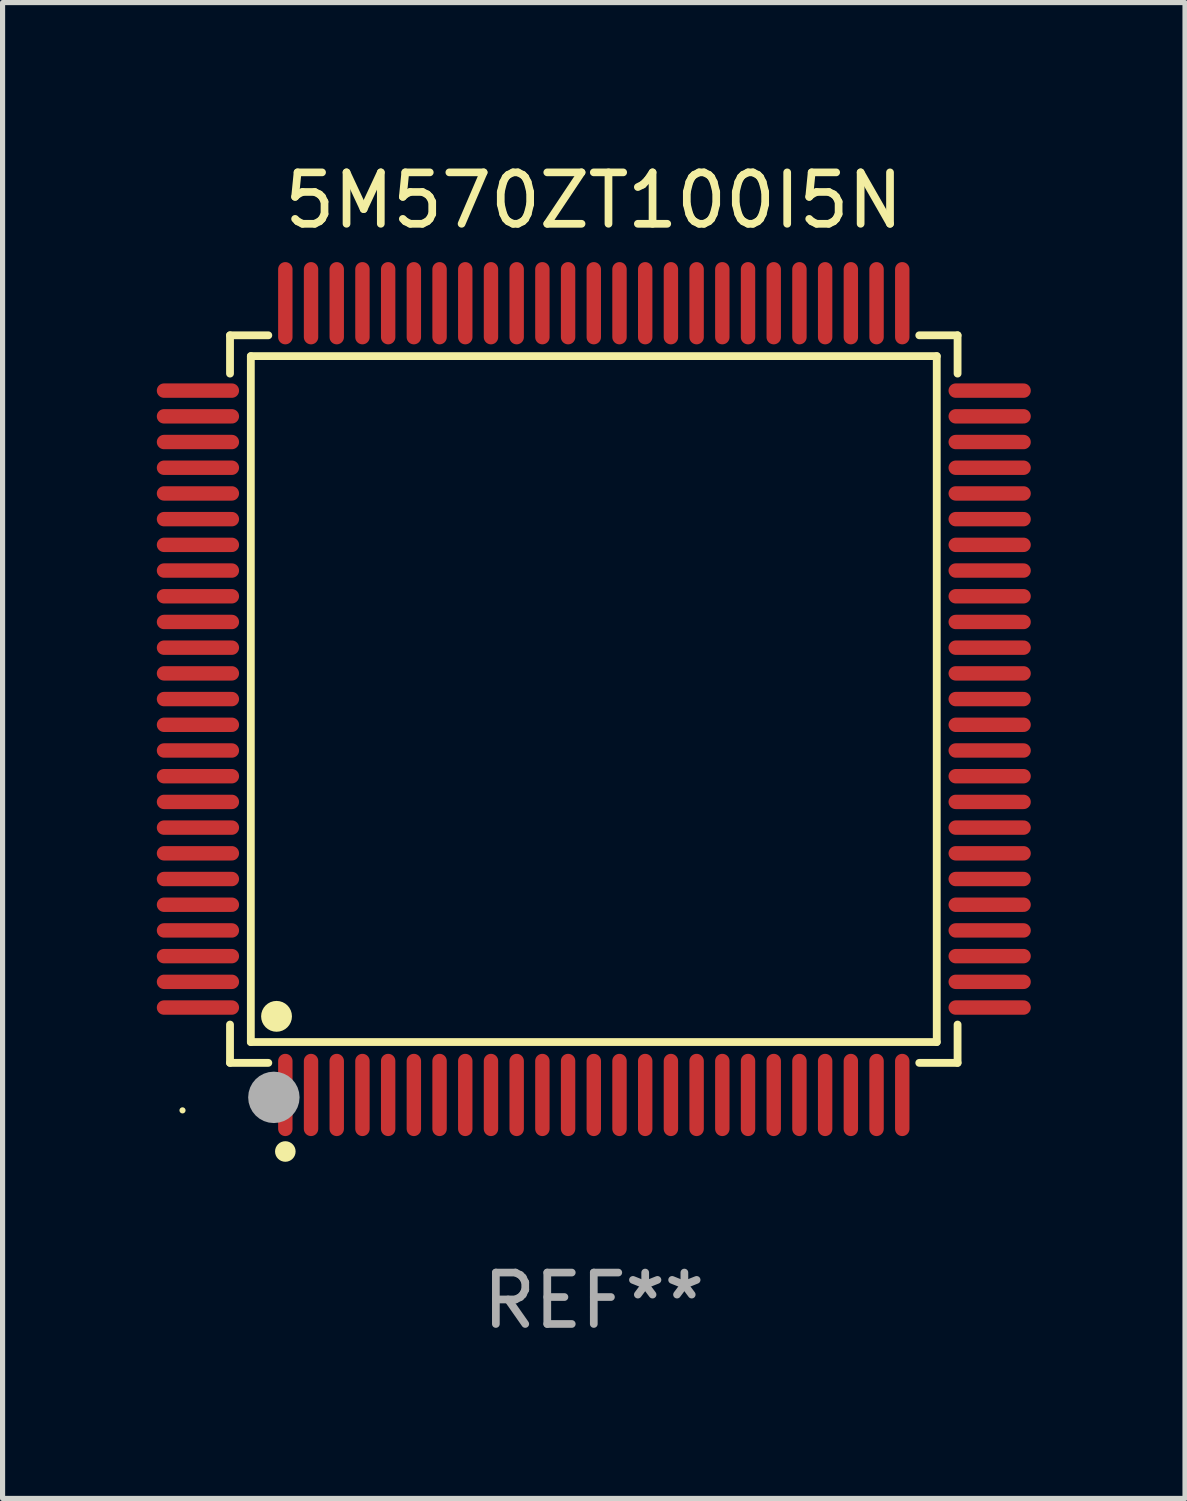
<source format=kicad_pcb>
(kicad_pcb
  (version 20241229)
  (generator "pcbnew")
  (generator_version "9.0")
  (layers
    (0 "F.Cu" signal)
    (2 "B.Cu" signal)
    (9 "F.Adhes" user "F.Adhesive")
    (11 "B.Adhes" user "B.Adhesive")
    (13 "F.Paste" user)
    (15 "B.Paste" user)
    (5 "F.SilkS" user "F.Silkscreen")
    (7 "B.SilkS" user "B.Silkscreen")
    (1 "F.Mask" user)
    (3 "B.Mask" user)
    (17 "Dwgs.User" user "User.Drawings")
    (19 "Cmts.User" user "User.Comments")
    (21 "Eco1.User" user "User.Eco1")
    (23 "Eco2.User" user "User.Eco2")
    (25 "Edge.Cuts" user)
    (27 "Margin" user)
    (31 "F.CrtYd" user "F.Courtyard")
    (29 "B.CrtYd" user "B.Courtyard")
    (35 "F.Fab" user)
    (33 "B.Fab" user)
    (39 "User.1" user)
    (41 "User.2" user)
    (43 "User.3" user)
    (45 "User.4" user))
  (footprint "5M570ZT100I5N"
    (layer "F.Cu")
    (at 8.5 10.548)
    (property "Reference" "5M570ZT100I5N" (at 0 -9.7 0) (layer "F.SilkS") (effects (font (size 1 1) (thickness 0.15))))
    (attr through_hole)
    (fp_line (start -7.076 -7.076) (end -6.331 -7.076) (stroke (width 0.152) (type solid)) (layer "F.SilkS"))
    (fp_line (start -7.076 -6.331) (end -7.076 -7.076) (stroke (width 0.152) (type solid)) (layer "F.SilkS"))
    (fp_line (start -7.076 6.331) (end -7.076 7.076) (stroke (width 0.152) (type solid)) (layer "F.SilkS"))
    (fp_line (start -7.076 7.076) (end -6.331 7.076) (stroke (width 0.152) (type solid)) (layer "F.SilkS"))
    (fp_line (start -6.671 -6.671) (end 6.671 -6.671) (stroke (width 0.152) (type solid)) (layer "F.SilkS"))
    (fp_line (start -6.671 6.671) (end -6.671 -6.671) (stroke (width 0.152) (type solid)) (layer "F.SilkS"))
    (fp_line (start 6.671 -6.671) (end 6.671 6.671) (stroke (width 0.152) (type solid)) (layer "F.SilkS"))
    (fp_line (start 6.671 6.671) (end -6.671 6.671) (stroke (width 0.152) (type solid)) (layer "F.SilkS"))
    (fp_line (start 7.076 -7.076) (end 6.331 -7.076) (stroke (width 0.152) (type solid)) (layer "F.SilkS"))
    (fp_line (start 7.076 -6.331) (end 7.076 -7.076) (stroke (width 0.152) (type solid)) (layer "F.SilkS"))
    (fp_line (start 7.076 6.331) (end 7.076 7.076) (stroke (width 0.152) (type solid)) (layer "F.SilkS"))
    (fp_line (start 7.076 7.076) (end 6.331 7.076) (stroke (width 0.152) (type solid)) (layer "F.SilkS"))
    (fp_circle (center -8 8) (end -7.97 8) (stroke (width 0.06) (type solid)) (fill no) (layer "F.SilkS"))
    (fp_circle (center -6.171 6.171) (end -6.021 6.171) (stroke (width 0.3) (type solid)) (fill no) (layer "F.SilkS"))
    (fp_circle (center -6 8.8) (end -5.9 8.8) (stroke (width 0.2) (type solid)) (fill no) (layer "F.SilkS"))
    (fp_circle (center -6.223 7.747) (end -5.973 7.747) (stroke (width 0.5) (type solid)) (fill no) (layer "F.Fab"))
    (fp_text user "REF**" (at 0 11.7 0) (layer "F.Fab") (effects (font (size 1 1) (thickness 0.15))))
    (pad "1" smd oval (at -6 7.7) (size 0.28 1.6) (layers "F.Cu" "F.Mask" "F.Paste"))
    (pad "2" smd oval (at -5.5 7.7) (size 0.28 1.6) (layers "F.Cu" "F.Mask" "F.Paste"))
    (pad "3" smd oval (at -5 7.7) (size 0.28 1.6) (layers "F.Cu" "F.Mask" "F.Paste"))
    (pad "4" smd oval (at -4.5 7.7) (size 0.28 1.6) (layers "F.Cu" "F.Mask" "F.Paste"))
    (pad "5" smd oval (at -4 7.7) (size 0.28 1.6) (layers "F.Cu" "F.Mask" "F.Paste"))
    (pad "6" smd oval (at -3.5 7.7) (size 0.28 1.6) (layers "F.Cu" "F.Mask" "F.Paste"))
    (pad "7" smd oval (at -3 7.7) (size 0.28 1.6) (layers "F.Cu" "F.Mask" "F.Paste"))
    (pad "8" smd oval (at -2.5 7.7) (size 0.28 1.6) (layers "F.Cu" "F.Mask" "F.Paste"))
    (pad "9" smd oval (at -2 7.7) (size 0.28 1.6) (layers "F.Cu" "F.Mask" "F.Paste"))
    (pad "10" smd oval (at -1.5 7.7) (size 0.28 1.6) (layers "F.Cu" "F.Mask" "F.Paste"))
    (pad "11" smd oval (at -1 7.7) (size 0.28 1.6) (layers "F.Cu" "F.Mask" "F.Paste"))
    (pad "12" smd oval (at -0.5 7.7) (size 0.28 1.6) (layers "F.Cu" "F.Mask" "F.Paste"))
    (pad "13" smd oval (at 0 7.7) (size 0.28 1.6) (layers "F.Cu" "F.Mask" "F.Paste"))
    (pad "14" smd oval (at 0.5 7.7) (size 0.28 1.6) (layers "F.Cu" "F.Mask" "F.Paste"))
    (pad "15" smd oval (at 1 7.7) (size 0.28 1.6) (layers "F.Cu" "F.Mask" "F.Paste"))
    (pad "16" smd oval (at 1.5 7.7) (size 0.28 1.6) (layers "F.Cu" "F.Mask" "F.Paste"))
    (pad "17" smd oval (at 2 7.7) (size 0.28 1.6) (layers "F.Cu" "F.Mask" "F.Paste"))
    (pad "18" smd oval (at 2.5 7.7) (size 0.28 1.6) (layers "F.Cu" "F.Mask" "F.Paste"))
    (pad "19" smd oval (at 3 7.7) (size 0.28 1.6) (layers "F.Cu" "F.Mask" "F.Paste"))
    (pad "20" smd oval (at 3.5 7.7) (size 0.28 1.6) (layers "F.Cu" "F.Mask" "F.Paste"))
    (pad "21" smd oval (at 4 7.7) (size 0.28 1.6) (layers "F.Cu" "F.Mask" "F.Paste"))
    (pad "22" smd oval (at 4.5 7.7) (size 0.28 1.6) (layers "F.Cu" "F.Mask" "F.Paste"))
    (pad "23" smd oval (at 5 7.7) (size 0.28 1.6) (layers "F.Cu" "F.Mask" "F.Paste"))
    (pad "24" smd oval (at 5.5 7.7) (size 0.28 1.6) (layers "F.Cu" "F.Mask" "F.Paste"))
    (pad "25" smd oval (at 6 7.7) (size 0.28 1.6) (layers "F.Cu" "F.Mask" "F.Paste"))
    (pad "26" smd oval (at 7.7 6) (size 1.6 0.28) (layers "F.Cu" "F.Mask" "F.Paste"))
    (pad "27" smd oval (at 7.7 5.5) (size 1.6 0.28) (layers "F.Cu" "F.Mask" "F.Paste"))
    (pad "28" smd oval (at 7.7 5) (size 1.6 0.28) (layers "F.Cu" "F.Mask" "F.Paste"))
    (pad "29" smd oval (at 7.7 4.5) (size 1.6 0.28) (layers "F.Cu" "F.Mask" "F.Paste"))
    (pad "30" smd oval (at 7.7 4) (size 1.6 0.28) (layers "F.Cu" "F.Mask" "F.Paste"))
    (pad "31" smd oval (at 7.7 3.5) (size 1.6 0.28) (layers "F.Cu" "F.Mask" "F.Paste"))
    (pad "32" smd oval (at 7.7 3) (size 1.6 0.28) (layers "F.Cu" "F.Mask" "F.Paste"))
    (pad "33" smd oval (at 7.7 2.5) (size 1.6 0.28) (layers "F.Cu" "F.Mask" "F.Paste"))
    (pad "34" smd oval (at 7.7 2) (size 1.6 0.28) (layers "F.Cu" "F.Mask" "F.Paste"))
    (pad "35" smd oval (at 7.7 1.5) (size 1.6 0.28) (layers "F.Cu" "F.Mask" "F.Paste"))
    (pad "36" smd oval (at 7.7 1) (size 1.6 0.28) (layers "F.Cu" "F.Mask" "F.Paste"))
    (pad "37" smd oval (at 7.7 0.5) (size 1.6 0.28) (layers "F.Cu" "F.Mask" "F.Paste"))
    (pad "38" smd oval (at 7.7 0) (size 1.6 0.28) (layers "F.Cu" "F.Mask" "F.Paste"))
    (pad "39" smd oval (at 7.7 -0.5) (size 1.6 0.28) (layers "F.Cu" "F.Mask" "F.Paste"))
    (pad "40" smd oval (at 7.7 -1) (size 1.6 0.28) (layers "F.Cu" "F.Mask" "F.Paste"))
    (pad "41" smd oval (at 7.7 -1.5) (size 1.6 0.28) (layers "F.Cu" "F.Mask" "F.Paste"))
    (pad "42" smd oval (at 7.7 -2) (size 1.6 0.28) (layers "F.Cu" "F.Mask" "F.Paste"))
    (pad "43" smd oval (at 7.7 -2.5) (size 1.6 0.28) (layers "F.Cu" "F.Mask" "F.Paste"))
    (pad "44" smd oval (at 7.7 -3) (size 1.6 0.28) (layers "F.Cu" "F.Mask" "F.Paste"))
    (pad "45" smd oval (at 7.7 -3.5) (size 1.6 0.28) (layers "F.Cu" "F.Mask" "F.Paste"))
    (pad "46" smd oval (at 7.7 -4) (size 1.6 0.28) (layers "F.Cu" "F.Mask" "F.Paste"))
    (pad "47" smd oval (at 7.7 -4.5) (size 1.6 0.28) (layers "F.Cu" "F.Mask" "F.Paste"))
    (pad "48" smd oval (at 7.7 -5) (size 1.6 0.28) (layers "F.Cu" "F.Mask" "F.Paste"))
    (pad "49" smd oval (at 7.7 -5.5) (size 1.6 0.28) (layers "F.Cu" "F.Mask" "F.Paste"))
    (pad "50" smd oval (at 7.7 -6) (size 1.6 0.28) (layers "F.Cu" "F.Mask" "F.Paste"))
    (pad "51" smd oval (at 6 -7.7) (size 0.28 1.6) (layers "F.Cu" "F.Mask" "F.Paste"))
    (pad "52" smd oval (at 5.5 -7.7) (size 0.28 1.6) (layers "F.Cu" "F.Mask" "F.Paste"))
    (pad "53" smd oval (at 5 -7.7) (size 0.28 1.6) (layers "F.Cu" "F.Mask" "F.Paste"))
    (pad "54" smd oval (at 4.5 -7.7) (size 0.28 1.6) (layers "F.Cu" "F.Mask" "F.Paste"))
    (pad "55" smd oval (at 4 -7.7) (size 0.28 1.6) (layers "F.Cu" "F.Mask" "F.Paste"))
    (pad "56" smd oval (at 3.5 -7.7) (size 0.28 1.6) (layers "F.Cu" "F.Mask" "F.Paste"))
    (pad "57" smd oval (at 3 -7.7) (size 0.28 1.6) (layers "F.Cu" "F.Mask" "F.Paste"))
    (pad "58" smd oval (at 2.5 -7.7) (size 0.28 1.6) (layers "F.Cu" "F.Mask" "F.Paste"))
    (pad "59" smd oval (at 2 -7.7) (size 0.28 1.6) (layers "F.Cu" "F.Mask" "F.Paste"))
    (pad "60" smd oval (at 1.5 -7.7) (size 0.28 1.6) (layers "F.Cu" "F.Mask" "F.Paste"))
    (pad "61" smd oval (at 1 -7.7) (size 0.28 1.6) (layers "F.Cu" "F.Mask" "F.Paste"))
    (pad "62" smd oval (at 0.5 -7.7) (size 0.28 1.6) (layers "F.Cu" "F.Mask" "F.Paste"))
    (pad "63" smd oval (at 0 -7.7) (size 0.28 1.6) (layers "F.Cu" "F.Mask" "F.Paste"))
    (pad "64" smd oval (at -0.5 -7.7) (size 0.28 1.6) (layers "F.Cu" "F.Mask" "F.Paste"))
    (pad "65" smd oval (at -1 -7.7) (size 0.28 1.6) (layers "F.Cu" "F.Mask" "F.Paste"))
    (pad "66" smd oval (at -1.5 -7.7) (size 0.28 1.6) (layers "F.Cu" "F.Mask" "F.Paste"))
    (pad "67" smd oval (at -2 -7.7) (size 0.28 1.6) (layers "F.Cu" "F.Mask" "F.Paste"))
    (pad "68" smd oval (at -2.5 -7.7) (size 0.28 1.6) (layers "F.Cu" "F.Mask" "F.Paste"))
    (pad "69" smd oval (at -3 -7.7) (size 0.28 1.6) (layers "F.Cu" "F.Mask" "F.Paste"))
    (pad "70" smd oval (at -3.5 -7.7) (size 0.28 1.6) (layers "F.Cu" "F.Mask" "F.Paste"))
    (pad "71" smd oval (at -4 -7.7) (size 0.28 1.6) (layers "F.Cu" "F.Mask" "F.Paste"))
    (pad "72" smd oval (at -4.5 -7.7) (size 0.28 1.6) (layers "F.Cu" "F.Mask" "F.Paste"))
    (pad "73" smd oval (at -5 -7.7) (size 0.28 1.6) (layers "F.Cu" "F.Mask" "F.Paste"))
    (pad "74" smd oval (at -5.5 -7.7) (size 0.28 1.6) (layers "F.Cu" "F.Mask" "F.Paste"))
    (pad "75" smd oval (at -6 -7.7) (size 0.28 1.6) (layers "F.Cu" "F.Mask" "F.Paste"))
    (pad "76" smd oval (at -7.7 -6) (size 1.6 0.28) (layers "F.Cu" "F.Mask" "F.Paste"))
    (pad "77" smd oval (at -7.7 -5.5) (size 1.6 0.28) (layers "F.Cu" "F.Mask" "F.Paste"))
    (pad "78" smd oval (at -7.7 -5) (size 1.6 0.28) (layers "F.Cu" "F.Mask" "F.Paste"))
    (pad "79" smd oval (at -7.7 -4.5) (size 1.6 0.28) (layers "F.Cu" "F.Mask" "F.Paste"))
    (pad "80" smd oval (at -7.7 -4) (size 1.6 0.28) (layers "F.Cu" "F.Mask" "F.Paste"))
    (pad "81" smd oval (at -7.7 -3.5) (size 1.6 0.28) (layers "F.Cu" "F.Mask" "F.Paste"))
    (pad "82" smd oval (at -7.7 -3) (size 1.6 0.28) (layers "F.Cu" "F.Mask" "F.Paste"))
    (pad "83" smd oval (at -7.7 -2.5) (size 1.6 0.28) (layers "F.Cu" "F.Mask" "F.Paste"))
    (pad "84" smd oval (at -7.7 -2) (size 1.6 0.28) (layers "F.Cu" "F.Mask" "F.Paste"))
    (pad "85" smd oval (at -7.7 -1.5) (size 1.6 0.28) (layers "F.Cu" "F.Mask" "F.Paste"))
    (pad "86" smd oval (at -7.7 -1) (size 1.6 0.28) (layers "F.Cu" "F.Mask" "F.Paste"))
    (pad "87" smd oval (at -7.7 -0.5) (size 1.6 0.28) (layers "F.Cu" "F.Mask" "F.Paste"))
    (pad "88" smd oval (at -7.7 0) (size 1.6 0.28) (layers "F.Cu" "F.Mask" "F.Paste"))
    (pad "89" smd oval (at -7.7 0.5) (size 1.6 0.28) (layers "F.Cu" "F.Mask" "F.Paste"))
    (pad "90" smd oval (at -7.7 1) (size 1.6 0.28) (layers "F.Cu" "F.Mask" "F.Paste"))
    (pad "91" smd oval (at -7.7 1.5) (size 1.6 0.28) (layers "F.Cu" "F.Mask" "F.Paste"))
    (pad "92" smd oval (at -7.7 2) (size 1.6 0.28) (layers "F.Cu" "F.Mask" "F.Paste"))
    (pad "93" smd oval (at -7.7 2.5) (size 1.6 0.28) (layers "F.Cu" "F.Mask" "F.Paste"))
    (pad "94" smd oval (at -7.7 3) (size 1.6 0.28) (layers "F.Cu" "F.Mask" "F.Paste"))
    (pad "95" smd oval (at -7.7 3.5) (size 1.6 0.28) (layers "F.Cu" "F.Mask" "F.Paste"))
    (pad "96" smd oval (at -7.7 4) (size 1.6 0.28) (layers "F.Cu" "F.Mask" "F.Paste"))
    (pad "97" smd oval (at -7.7 4.5) (size 1.6 0.28) (layers "F.Cu" "F.Mask" "F.Paste"))
    (pad "98" smd oval (at -7.7 5) (size 1.6 0.28) (layers "F.Cu" "F.Mask" "F.Paste"))
    (pad "99" smd oval (at -7.7 5.5) (size 1.6 0.28) (layers "F.Cu" "F.Mask" "F.Paste"))
    (pad "100" smd oval (at -7.7 6) (size 1.6 0.28) (layers "F.Cu" "F.Mask" "F.Paste")))
  (gr_rect
    (start -3 -3)
    (end 20 26.097)
    (stroke (width 0.1) (type default))
    (fill no)
    (layer "Edge.Cuts")))
</source>
